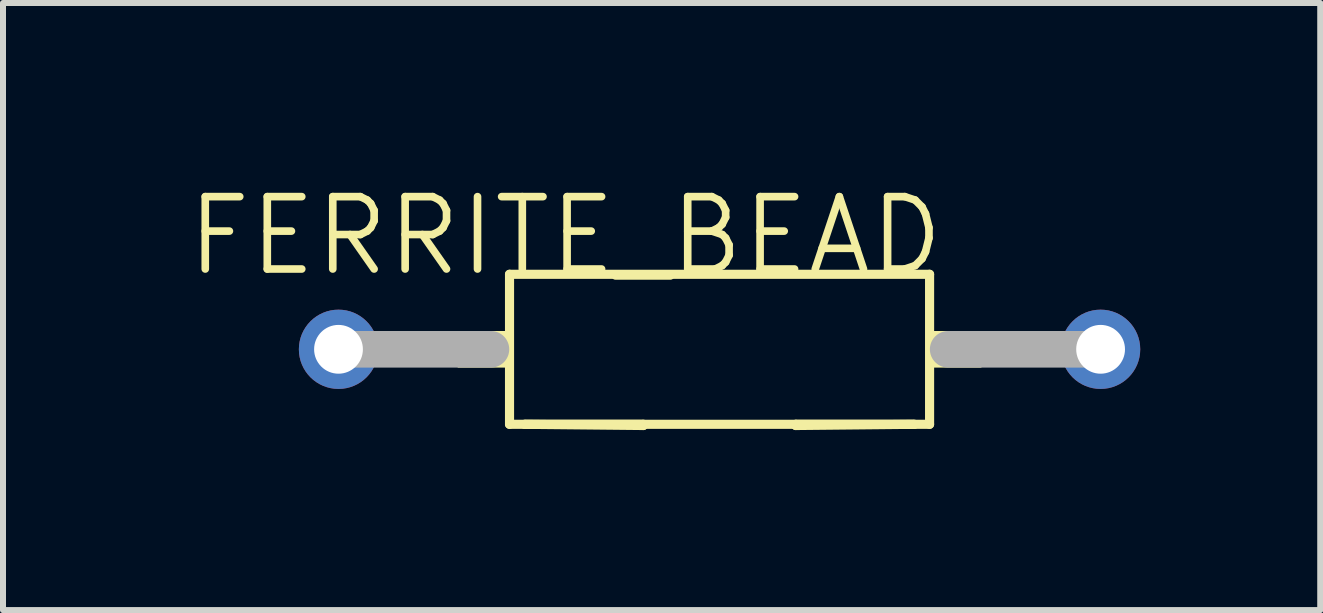
<source format=kicad_pcb>
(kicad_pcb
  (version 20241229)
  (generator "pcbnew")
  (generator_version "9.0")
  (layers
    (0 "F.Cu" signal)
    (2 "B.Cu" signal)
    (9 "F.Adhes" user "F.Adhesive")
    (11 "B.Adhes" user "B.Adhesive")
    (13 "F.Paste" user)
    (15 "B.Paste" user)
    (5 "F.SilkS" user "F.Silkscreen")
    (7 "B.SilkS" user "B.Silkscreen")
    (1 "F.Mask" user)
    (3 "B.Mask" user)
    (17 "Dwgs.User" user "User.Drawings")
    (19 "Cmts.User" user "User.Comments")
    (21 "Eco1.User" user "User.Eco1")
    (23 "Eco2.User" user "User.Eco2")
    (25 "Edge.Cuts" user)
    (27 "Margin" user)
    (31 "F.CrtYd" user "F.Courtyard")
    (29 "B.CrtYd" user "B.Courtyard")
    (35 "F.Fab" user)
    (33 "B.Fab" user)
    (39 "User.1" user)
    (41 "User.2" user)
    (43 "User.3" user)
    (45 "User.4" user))
  (footprint "FERRITE_BEAD"
    (layer "F.Cu")
    (at 2.591 2.771)
    (property "Reference" "FERRITE_BEAD" (at -2.591 -1.184 0) (layer "F.SilkS") (effects (font (size 1.206 1.206) (thickness 0.127)) (justify left bottom)))
    (attr through_hole)
    (fp_line (start 2.85 1.25) (end 2.85 -1.25) (stroke (width 0.152) (type solid)) (layer "F.SilkS"))
    (fp_line (start 2.85 1.25) (end 5.08 1.25) (stroke (width 0.152) (type solid)) (layer "F.SilkS"))
    (fp_line (start 5.08 1.25) (end 5.08 1.27) (stroke (width 0.152) (type solid)) (layer "F.SilkS"))
    (fp_line (start 5.08 1.27) (end 3.104 1.25) (stroke (width 0.152) (type solid)) (layer "F.SilkS"))
    (fp_line (start 7.62 1.25) (end 9.85 1.25) (stroke (width 0.152) (type solid)) (layer "F.SilkS"))
    (fp_line (start 7.62 1.27) (end 7.62 1.25) (stroke (width 0.152) (type solid)) (layer "F.SilkS"))
    (fp_line (start 9.596 1.25) (end 3.104 1.25) (stroke (width 0.152) (type solid)) (layer "F.SilkS"))
    (fp_line (start 9.596 1.25) (end 7.62 1.27) (stroke (width 0.152) (type solid)) (layer "F.SilkS"))
    (fp_line (start 9.85 -1.25) (end 2.85 -1.25) (stroke (width 0.152) (type solid)) (layer "F.SilkS"))
    (fp_line (start 9.85 1.25) (end 9.85 -1.25) (stroke (width 0.152) (type solid)) (layer "F.SilkS"))
    (fp_poly (pts (xy 1.986 0.305) (xy 2.85 0.305) (xy 2.85 -0.305) (xy 1.986 -0.305)) (stroke (width 0) (type solid)) (fill yes) (layer "F.SilkS"))
    (fp_poly (pts (xy 9.85 0.305) (xy 10.714 0.305) (xy 10.714 -0.305) (xy 9.85 -0.305)) (stroke (width 0) (type solid)) (fill yes) (layer "F.SilkS"))
    (fp_line (start 0 0) (end 2.54 0) (stroke (width 0.61) (type solid)) (layer "F.Fab"))
    (fp_line (start 12.7 0) (end 10.16 0) (stroke (width 0.61) (type solid)) (layer "F.Fab"))
    (pad "1" thru_hole circle (at 0 0) (size 1.321 1.321) (drill 0.813) (layers "*.Cu" "*.Mask"))
    (pad "2" thru_hole circle (at 12.7 0) (size 1.321 1.321) (drill 0.813) (layers "*.Cu" "*.Mask")))
  (gr_rect
    (start -3 -3)
    (end 18.951 7.117)
    (stroke (width 0.1) (type default))
    (fill no)
    (layer "Edge.Cuts")))
</source>
